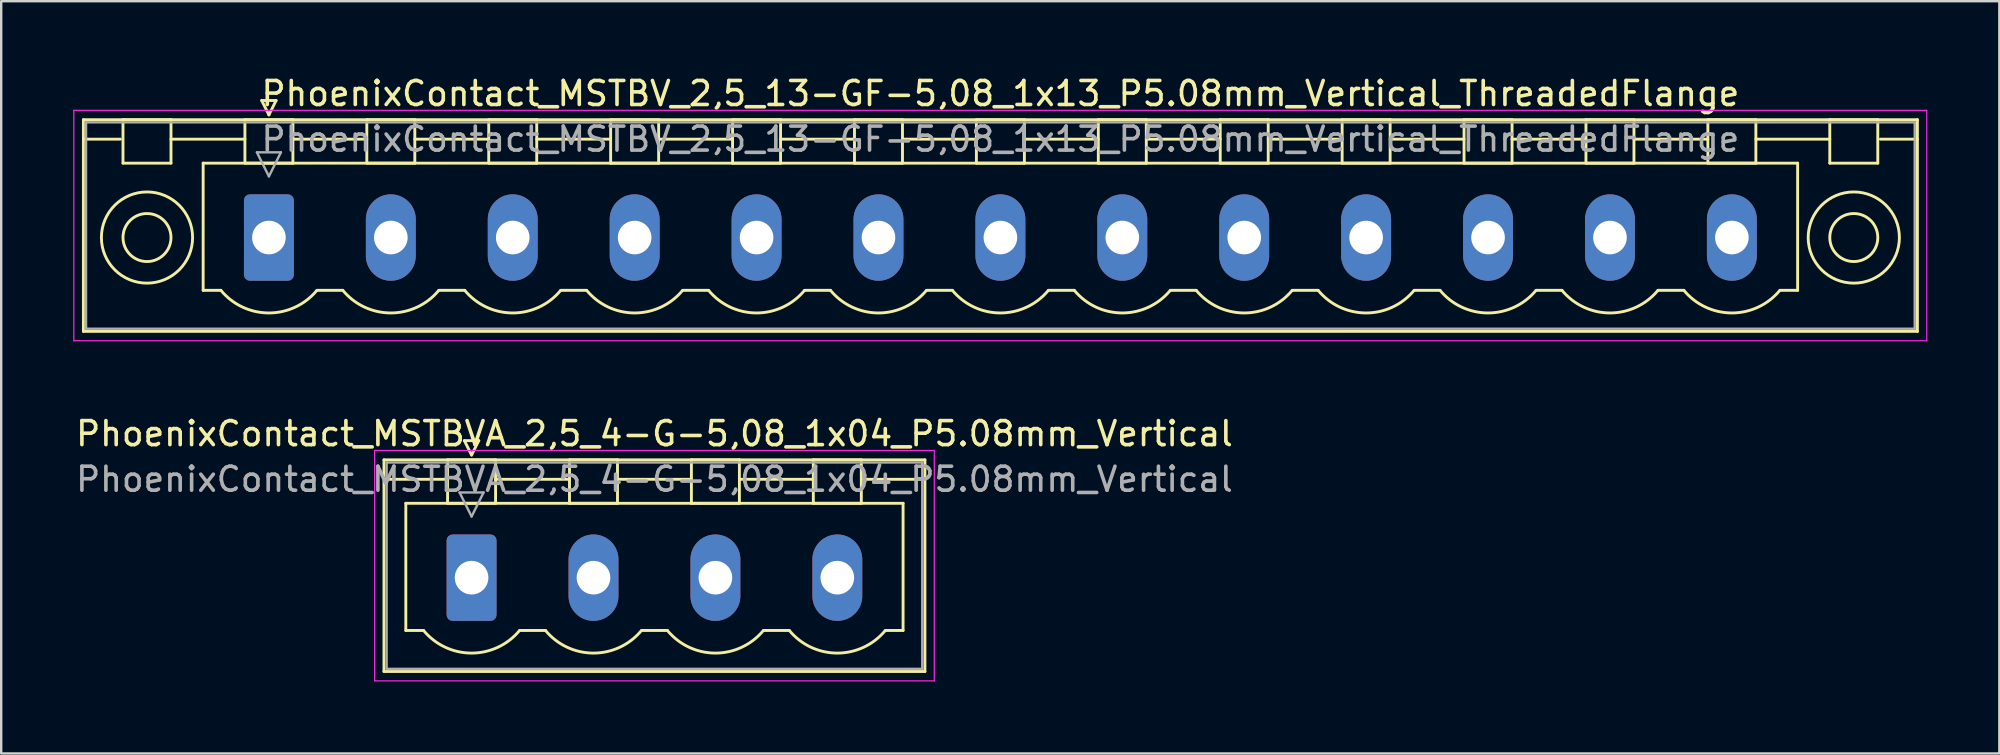
<source format=kicad_pcb>
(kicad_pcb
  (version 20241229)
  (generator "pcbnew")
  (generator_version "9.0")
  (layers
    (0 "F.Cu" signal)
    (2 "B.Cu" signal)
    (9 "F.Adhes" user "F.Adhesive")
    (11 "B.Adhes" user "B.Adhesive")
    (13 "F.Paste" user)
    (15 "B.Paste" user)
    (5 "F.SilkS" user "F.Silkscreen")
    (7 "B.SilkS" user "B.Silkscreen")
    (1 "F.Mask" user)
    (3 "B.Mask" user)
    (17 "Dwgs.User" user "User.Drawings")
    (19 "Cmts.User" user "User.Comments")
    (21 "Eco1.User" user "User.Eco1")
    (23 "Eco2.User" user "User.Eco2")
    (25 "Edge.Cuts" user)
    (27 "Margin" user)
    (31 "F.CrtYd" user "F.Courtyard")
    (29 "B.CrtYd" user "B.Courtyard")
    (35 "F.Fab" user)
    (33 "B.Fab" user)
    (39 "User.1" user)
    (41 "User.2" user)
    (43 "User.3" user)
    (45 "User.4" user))
  (footprint "PhoenixContact_MSTBV_2,5_13-GF-5,08_1x13_P5.08mm_Vertical_ThreadedFlange"
    (layer "F.Cu")
    (at 8.155 6.848)
    (property "Reference" "PhoenixContact_MSTBV_2,5_13-GF-5,08_1x13_P5.08mm_Vertical_ThreadedFlange" (at 30.48 -6 0) (layer "F.SilkS") (effects (font (size 1 1) (thickness 0.15))))
    (attr through_hole)
    (fp_line (start -7.73 -4.91) (end -7.73 3.91) (stroke (width 0.12) (type solid)) (layer "F.SilkS"))
    (fp_line (start -7.73 -4.1) (end -6.19 -4.1) (stroke (width 0.12) (type solid)) (layer "F.SilkS"))
    (fp_line (start -7.73 3.91) (end 68.69 3.91) (stroke (width 0.12) (type solid)) (layer "F.SilkS"))
    (fp_line (start -6.08 -4.91) (end -4.08 -4.91) (stroke (width 0.12) (type solid)) (layer "F.SilkS"))
    (fp_line (start -6.08 -3.1) (end -6.08 -4.91) (stroke (width 0.12) (type solid)) (layer "F.SilkS"))
    (fp_line (start -4.08 -4.91) (end -4.08 -3.1) (stroke (width 0.12) (type solid)) (layer "F.SilkS"))
    (fp_line (start -4.08 -4.1) (end -1 -4.1) (stroke (width 0.12) (type solid)) (layer "F.SilkS"))
    (fp_line (start -4.08 -3.1) (end -6.08 -3.1) (stroke (width 0.12) (type solid)) (layer "F.SilkS"))
    (fp_line (start -2.74 -3.1) (end 63.7 -3.1) (stroke (width 0.12) (type solid)) (layer "F.SilkS"))
    (fp_line (start -2.74 2.2) (end -2.74 -3.1) (stroke (width 0.12) (type solid)) (layer "F.SilkS"))
    (fp_line (start -2 2.2) (end -2.74 2.2) (stroke (width 0.12) (type solid)) (layer "F.SilkS"))
    (fp_line (start -1 -4.91) (end 1 -4.91) (stroke (width 0.12) (type solid)) (layer "F.SilkS"))
    (fp_line (start -1 -3.1) (end -1 -4.91) (stroke (width 0.12) (type solid)) (layer "F.SilkS"))
    (fp_line (start -0.3 -5.71) (end 0.3 -5.71) (stroke (width 0.12) (type solid)) (layer "F.SilkS"))
    (fp_line (start 0 -5.11) (end -0.3 -5.71) (stroke (width 0.12) (type solid)) (layer "F.SilkS"))
    (fp_line (start 0.3 -5.71) (end 0 -5.11) (stroke (width 0.12) (type solid)) (layer "F.SilkS"))
    (fp_line (start 1 -4.91) (end 1 -3.1) (stroke (width 0.12) (type solid)) (layer "F.SilkS"))
    (fp_line (start 1 -4.1) (end 4.08 -4.1) (stroke (width 0.12) (type solid)) (layer "F.SilkS"))
    (fp_line (start 1 -3.1) (end -1 -3.1) (stroke (width 0.12) (type solid)) (layer "F.SilkS"))
    (fp_line (start 2 2.2) (end 3.08 2.2) (stroke (width 0.12) (type solid)) (layer "F.SilkS"))
    (fp_line (start 4.08 -4.91) (end 6.08 -4.91) (stroke (width 0.12) (type solid)) (layer "F.SilkS"))
    (fp_line (start 4.08 -3.1) (end 4.08 -4.91) (stroke (width 0.12) (type solid)) (layer "F.SilkS"))
    (fp_line (start 6.08 -4.91) (end 6.08 -3.1) (stroke (width 0.12) (type solid)) (layer "F.SilkS"))
    (fp_line (start 6.08 -4.1) (end 9.16 -4.1) (stroke (width 0.12) (type solid)) (layer "F.SilkS"))
    (fp_line (start 6.08 -3.1) (end 4.08 -3.1) (stroke (width 0.12) (type solid)) (layer "F.SilkS"))
    (fp_line (start 7.08 2.2) (end 8.16 2.2) (stroke (width 0.12) (type solid)) (layer "F.SilkS"))
    (fp_line (start 9.16 -4.91) (end 11.16 -4.91) (stroke (width 0.12) (type solid)) (layer "F.SilkS"))
    (fp_line (start 9.16 -3.1) (end 9.16 -4.91) (stroke (width 0.12) (type solid)) (layer "F.SilkS"))
    (fp_line (start 11.16 -4.91) (end 11.16 -3.1) (stroke (width 0.12) (type solid)) (layer "F.SilkS"))
    (fp_line (start 11.16 -4.1) (end 14.24 -4.1) (stroke (width 0.12) (type solid)) (layer "F.SilkS"))
    (fp_line (start 11.16 -3.1) (end 9.16 -3.1) (stroke (width 0.12) (type solid)) (layer "F.SilkS"))
    (fp_line (start 12.16 2.2) (end 13.24 2.2) (stroke (width 0.12) (type solid)) (layer "F.SilkS"))
    (fp_line (start 14.24 -4.91) (end 16.24 -4.91) (stroke (width 0.12) (type solid)) (layer "F.SilkS"))
    (fp_line (start 14.24 -3.1) (end 14.24 -4.91) (stroke (width 0.12) (type solid)) (layer "F.SilkS"))
    (fp_line (start 16.24 -4.91) (end 16.24 -3.1) (stroke (width 0.12) (type solid)) (layer "F.SilkS"))
    (fp_line (start 16.24 -4.1) (end 19.32 -4.1) (stroke (width 0.12) (type solid)) (layer "F.SilkS"))
    (fp_line (start 16.24 -3.1) (end 14.24 -3.1) (stroke (width 0.12) (type solid)) (layer "F.SilkS"))
    (fp_line (start 17.24 2.2) (end 18.32 2.2) (stroke (width 0.12) (type solid)) (layer "F.SilkS"))
    (fp_line (start 19.32 -4.91) (end 21.32 -4.91) (stroke (width 0.12) (type solid)) (layer "F.SilkS"))
    (fp_line (start 19.32 -3.1) (end 19.32 -4.91) (stroke (width 0.12) (type solid)) (layer "F.SilkS"))
    (fp_line (start 21.32 -4.91) (end 21.32 -3.1) (stroke (width 0.12) (type solid)) (layer "F.SilkS"))
    (fp_line (start 21.32 -4.1) (end 24.4 -4.1) (stroke (width 0.12) (type solid)) (layer "F.SilkS"))
    (fp_line (start 21.32 -3.1) (end 19.32 -3.1) (stroke (width 0.12) (type solid)) (layer "F.SilkS"))
    (fp_line (start 22.32 2.2) (end 23.4 2.2) (stroke (width 0.12) (type solid)) (layer "F.SilkS"))
    (fp_line (start 24.4 -4.91) (end 26.4 -4.91) (stroke (width 0.12) (type solid)) (layer "F.SilkS"))
    (fp_line (start 24.4 -3.1) (end 24.4 -4.91) (stroke (width 0.12) (type solid)) (layer "F.SilkS"))
    (fp_line (start 26.4 -4.91) (end 26.4 -3.1) (stroke (width 0.12) (type solid)) (layer "F.SilkS"))
    (fp_line (start 26.4 -4.1) (end 29.48 -4.1) (stroke (width 0.12) (type solid)) (layer "F.SilkS"))
    (fp_line (start 26.4 -3.1) (end 24.4 -3.1) (stroke (width 0.12) (type solid)) (layer "F.SilkS"))
    (fp_line (start 27.4 2.2) (end 28.48 2.2) (stroke (width 0.12) (type solid)) (layer "F.SilkS"))
    (fp_line (start 29.48 -4.91) (end 31.48 -4.91) (stroke (width 0.12) (type solid)) (layer "F.SilkS"))
    (fp_line (start 29.48 -3.1) (end 29.48 -4.91) (stroke (width 0.12) (type solid)) (layer "F.SilkS"))
    (fp_line (start 31.48 -4.91) (end 31.48 -3.1) (stroke (width 0.12) (type solid)) (layer "F.SilkS"))
    (fp_line (start 31.48 -4.1) (end 34.56 -4.1) (stroke (width 0.12) (type solid)) (layer "F.SilkS"))
    (fp_line (start 31.48 -3.1) (end 29.48 -3.1) (stroke (width 0.12) (type solid)) (layer "F.SilkS"))
    (fp_line (start 32.48 2.2) (end 33.56 2.2) (stroke (width 0.12) (type solid)) (layer "F.SilkS"))
    (fp_line (start 34.56 -4.91) (end 36.56 -4.91) (stroke (width 0.12) (type solid)) (layer "F.SilkS"))
    (fp_line (start 34.56 -3.1) (end 34.56 -4.91) (stroke (width 0.12) (type solid)) (layer "F.SilkS"))
    (fp_line (start 36.56 -4.91) (end 36.56 -3.1) (stroke (width 0.12) (type solid)) (layer "F.SilkS"))
    (fp_line (start 36.56 -4.1) (end 39.64 -4.1) (stroke (width 0.12) (type solid)) (layer "F.SilkS"))
    (fp_line (start 36.56 -3.1) (end 34.56 -3.1) (stroke (width 0.12) (type solid)) (layer "F.SilkS"))
    (fp_line (start 37.56 2.2) (end 38.64 2.2) (stroke (width 0.12) (type solid)) (layer "F.SilkS"))
    (fp_line (start 39.64 -4.91) (end 41.64 -4.91) (stroke (width 0.12) (type solid)) (layer "F.SilkS"))
    (fp_line (start 39.64 -3.1) (end 39.64 -4.91) (stroke (width 0.12) (type solid)) (layer "F.SilkS"))
    (fp_line (start 41.64 -4.91) (end 41.64 -3.1) (stroke (width 0.12) (type solid)) (layer "F.SilkS"))
    (fp_line (start 41.64 -4.1) (end 44.72 -4.1) (stroke (width 0.12) (type solid)) (layer "F.SilkS"))
    (fp_line (start 41.64 -3.1) (end 39.64 -3.1) (stroke (width 0.12) (type solid)) (layer "F.SilkS"))
    (fp_line (start 42.64 2.2) (end 43.72 2.2) (stroke (width 0.12) (type solid)) (layer "F.SilkS"))
    (fp_line (start 44.72 -4.91) (end 46.72 -4.91) (stroke (width 0.12) (type solid)) (layer "F.SilkS"))
    (fp_line (start 44.72 -3.1) (end 44.72 -4.91) (stroke (width 0.12) (type solid)) (layer "F.SilkS"))
    (fp_line (start 46.72 -4.91) (end 46.72 -3.1) (stroke (width 0.12) (type solid)) (layer "F.SilkS"))
    (fp_line (start 46.72 -4.1) (end 49.8 -4.1) (stroke (width 0.12) (type solid)) (layer "F.SilkS"))
    (fp_line (start 46.72 -3.1) (end 44.72 -3.1) (stroke (width 0.12) (type solid)) (layer "F.SilkS"))
    (fp_line (start 47.72 2.2) (end 48.8 2.2) (stroke (width 0.12) (type solid)) (layer "F.SilkS"))
    (fp_line (start 49.8 -4.91) (end 51.8 -4.91) (stroke (width 0.12) (type solid)) (layer "F.SilkS"))
    (fp_line (start 49.8 -3.1) (end 49.8 -4.91) (stroke (width 0.12) (type solid)) (layer "F.SilkS"))
    (fp_line (start 51.8 -4.91) (end 51.8 -3.1) (stroke (width 0.12) (type solid)) (layer "F.SilkS"))
    (fp_line (start 51.8 -4.1) (end 54.88 -4.1) (stroke (width 0.12) (type solid)) (layer "F.SilkS"))
    (fp_line (start 51.8 -3.1) (end 49.8 -3.1) (stroke (width 0.12) (type solid)) (layer "F.SilkS"))
    (fp_line (start 52.8 2.2) (end 53.88 2.2) (stroke (width 0.12) (type solid)) (layer "F.SilkS"))
    (fp_line (start 54.88 -4.91) (end 56.88 -4.91) (stroke (width 0.12) (type solid)) (layer "F.SilkS"))
    (fp_line (start 54.88 -3.1) (end 54.88 -4.91) (stroke (width 0.12) (type solid)) (layer "F.SilkS"))
    (fp_line (start 56.88 -4.91) (end 56.88 -3.1) (stroke (width 0.12) (type solid)) (layer "F.SilkS"))
    (fp_line (start 56.88 -4.1) (end 59.96 -4.1) (stroke (width 0.12) (type solid)) (layer "F.SilkS"))
    (fp_line (start 56.88 -3.1) (end 54.88 -3.1) (stroke (width 0.12) (type solid)) (layer "F.SilkS"))
    (fp_line (start 57.88 2.2) (end 58.96 2.2) (stroke (width 0.12) (type solid)) (layer "F.SilkS"))
    (fp_line (start 59.96 -4.91) (end 61.96 -4.91) (stroke (width 0.12) (type solid)) (layer "F.SilkS"))
    (fp_line (start 59.96 -3.1) (end 59.96 -4.91) (stroke (width 0.12) (type solid)) (layer "F.SilkS"))
    (fp_line (start 61.96 -4.91) (end 61.96 -3.1) (stroke (width 0.12) (type solid)) (layer "F.SilkS"))
    (fp_line (start 61.96 -4.1) (end 65.04 -4.1) (stroke (width 0.12) (type solid)) (layer "F.SilkS"))
    (fp_line (start 61.96 -3.1) (end 59.96 -3.1) (stroke (width 0.12) (type solid)) (layer "F.SilkS"))
    (fp_line (start 63.7 -3.1) (end 63.7 2.2) (stroke (width 0.12) (type solid)) (layer "F.SilkS"))
    (fp_line (start 63.7 2.2) (end 62.96 2.2) (stroke (width 0.12) (type solid)) (layer "F.SilkS"))
    (fp_line (start 65.04 -4.91) (end 67.04 -4.91) (stroke (width 0.12) (type solid)) (layer "F.SilkS"))
    (fp_line (start 65.04 -3.1) (end 65.04 -4.91) (stroke (width 0.12) (type solid)) (layer "F.SilkS"))
    (fp_line (start 67.04 -4.91) (end 67.04 -3.1) (stroke (width 0.12) (type solid)) (layer "F.SilkS"))
    (fp_line (start 67.04 -3.1) (end 65.04 -3.1) (stroke (width 0.12) (type solid)) (layer "F.SilkS"))
    (fp_line (start 68.69 -4.91) (end -7.73 -4.91) (stroke (width 0.12) (type solid)) (layer "F.SilkS"))
    (fp_line (start 68.69 -4.1) (end 67.15 -4.1) (stroke (width 0.12) (type solid)) (layer "F.SilkS"))
    (fp_line (start 68.69 3.91) (end 68.69 -4.91) (stroke (width 0.12) (type solid)) (layer "F.SilkS"))
    (fp_arc (start 1.986842 2.215821) (mid -0.010289 3.142758) (end -2 2.2) (stroke (width 0.12) (type solid)) (layer "F.SilkS"))
    (fp_arc (start 7.066842 2.215821) (mid 5.069711 3.142758) (end 3.08 2.2) (stroke (width 0.12) (type solid)) (layer "F.SilkS"))
    (fp_arc (start 12.146842 2.215821) (mid 10.149711 3.142758) (end 8.16 2.2) (stroke (width 0.12) (type solid)) (layer "F.SilkS"))
    (fp_arc (start 17.226842 2.215821) (mid 15.229711 3.142758) (end 13.24 2.2) (stroke (width 0.12) (type solid)) (layer "F.SilkS"))
    (fp_arc (start 22.306842 2.215821) (mid 20.309711 3.142758) (end 18.32 2.2) (stroke (width 0.12) (type solid)) (layer "F.SilkS"))
    (fp_arc (start 27.386842 2.215821) (mid 25.389711 3.142758) (end 23.4 2.2) (stroke (width 0.12) (type solid)) (layer "F.SilkS"))
    (fp_arc (start 32.466842 2.215821) (mid 30.469711 3.142758) (end 28.48 2.2) (stroke (width 0.12) (type solid)) (layer "F.SilkS"))
    (fp_arc (start 37.546842 2.215821) (mid 35.549711 3.142758) (end 33.56 2.2) (stroke (width 0.12) (type solid)) (layer "F.SilkS"))
    (fp_arc (start 42.626842 2.215821) (mid 40.629711 3.142758) (end 38.64 2.2) (stroke (width 0.12) (type solid)) (layer "F.SilkS"))
    (fp_arc (start 47.706842 2.215821) (mid 45.709711 3.142758) (end 43.72 2.2) (stroke (width 0.12) (type solid)) (layer "F.SilkS"))
    (fp_arc (start 52.786842 2.215821) (mid 50.789711 3.142758) (end 48.8 2.2) (stroke (width 0.12) (type solid)) (layer "F.SilkS"))
    (fp_arc (start 57.866842 2.215821) (mid 55.869711 3.142758) (end 53.88 2.2) (stroke (width 0.12) (type solid)) (layer "F.SilkS"))
    (fp_arc (start 62.946842 2.215821) (mid 60.949711 3.142758) (end 58.96 2.2) (stroke (width 0.12) (type solid)) (layer "F.SilkS"))
    (fp_circle (center -5.08 0) (end -4.08 0) (stroke (width 0.12) (type solid)) (fill no) (layer "F.SilkS"))
    (fp_circle (center -5.08 0) (end -3.18 0) (stroke (width 0.12) (type solid)) (fill no) (layer "F.SilkS"))
    (fp_circle (center 66.04 0) (end 67.04 0) (stroke (width 0.12) (type solid)) (fill no) (layer "F.SilkS"))
    (fp_circle (center 66.04 0) (end 67.94 0) (stroke (width 0.12) (type solid)) (fill no) (layer "F.SilkS"))
    (fp_line (start -8.13 -5.3) (end -8.13 4.3) (stroke (width 0.05) (type solid)) (layer "F.CrtYd"))
    (fp_line (start -8.13 4.3) (end 69.08 4.3) (stroke (width 0.05) (type solid)) (layer "F.CrtYd"))
    (fp_line (start 69.08 -5.3) (end -8.13 -5.3) (stroke (width 0.05) (type solid)) (layer "F.CrtYd"))
    (fp_line (start 69.08 4.3) (end 69.08 -5.3) (stroke (width 0.05) (type solid)) (layer "F.CrtYd"))
    (fp_line (start -7.62 -4.8) (end -7.62 3.8) (stroke (width 0.1) (type solid)) (layer "F.Fab"))
    (fp_line (start -7.62 3.8) (end 68.58 3.8) (stroke (width 0.1) (type solid)) (layer "F.Fab"))
    (fp_line (start -0.5 -3.55) (end 0.5 -3.55) (stroke (width 0.1) (type solid)) (layer "F.Fab"))
    (fp_line (start 0 -2.55) (end -0.5 -3.55) (stroke (width 0.1) (type solid)) (layer "F.Fab"))
    (fp_line (start 0.5 -3.55) (end 0 -2.55) (stroke (width 0.1) (type solid)) (layer "F.Fab"))
    (fp_line (start 68.58 -4.8) (end -7.62 -4.8) (stroke (width 0.1) (type solid)) (layer "F.Fab"))
    (fp_line (start 68.58 3.8) (end 68.58 -4.8) (stroke (width 0.1) (type solid)) (layer "F.Fab"))
    (fp_text user "${REFERENCE}" (at 30.48 -4.1 0) (layer "F.Fab") (effects (font (size 1 1) (thickness 0.15))))
    (pad "1" thru_hole roundrect (at 0 0) (size 2.08 3.6) (drill 1.4) (layers "*.Cu" "*.Mask") (roundrect_rratio 0.12))
    (pad "2" thru_hole oval (at 5.08 0) (size 2.08 3.6) (drill 1.4) (layers "*.Cu" "*.Mask"))
    (pad "3" thru_hole oval (at 10.16 0) (size 2.08 3.6) (drill 1.4) (layers "*.Cu" "*.Mask"))
    (pad "4" thru_hole oval (at 15.24 0) (size 2.08 3.6) (drill 1.4) (layers "*.Cu" "*.Mask"))
    (pad "5" thru_hole oval (at 20.32 0) (size 2.08 3.6) (drill 1.4) (layers "*.Cu" "*.Mask"))
    (pad "6" thru_hole oval (at 25.4 0) (size 2.08 3.6) (drill 1.4) (layers "*.Cu" "*.Mask"))
    (pad "7" thru_hole oval (at 30.48 0) (size 2.08 3.6) (drill 1.4) (layers "*.Cu" "*.Mask"))
    (pad "8" thru_hole oval (at 35.56 0) (size 2.08 3.6) (drill 1.4) (layers "*.Cu" "*.Mask"))
    (pad "9" thru_hole oval (at 40.64 0) (size 2.08 3.6) (drill 1.4) (layers "*.Cu" "*.Mask"))
    (pad "10" thru_hole oval (at 45.72 0) (size 2.08 3.6) (drill 1.4) (layers "*.Cu" "*.Mask"))
    (pad "11" thru_hole oval (at 50.8 0) (size 2.08 3.6) (drill 1.4) (layers "*.Cu" "*.Mask"))
    (pad "12" thru_hole oval (at 55.88 0) (size 2.08 3.6) (drill 1.4) (layers "*.Cu" "*.Mask"))
    (pad "13" thru_hole oval (at 60.96 0) (size 2.08 3.6) (drill 1.4) (layers "*.Cu" "*.Mask")))
  (footprint "PhoenixContact_MSTBVA_2,5_4-G-5,08_1x04_P5.08mm_Vertical"
    (layer "F.Cu")
    (at 16.6 21.021)
    (property "Reference" "PhoenixContact_MSTBVA_2,5_4-G-5,08_1x04_P5.08mm_Vertical" (at 7.62 -6 0) (layer "F.SilkS") (effects (font (size 1 1) (thickness 0.15))))
    (attr through_hole)
    (fp_line (start -3.65 -4.91) (end -3.65 3.91) (stroke (width 0.12) (type solid)) (layer "F.SilkS"))
    (fp_line (start -3.65 -4.1) (end -1.11 -4.1) (stroke (width 0.12) (type solid)) (layer "F.SilkS"))
    (fp_line (start -3.65 3.91) (end 18.89 3.91) (stroke (width 0.12) (type solid)) (layer "F.SilkS"))
    (fp_line (start -2.74 -3.1) (end 17.98 -3.1) (stroke (width 0.12) (type solid)) (layer "F.SilkS"))
    (fp_line (start -2.74 2.2) (end -2.74 -3.1) (stroke (width 0.12) (type solid)) (layer "F.SilkS"))
    (fp_line (start -2 2.2) (end -2.74 2.2) (stroke (width 0.12) (type solid)) (layer "F.SilkS"))
    (fp_line (start -1 -4.91) (end 1 -4.91) (stroke (width 0.12) (type solid)) (layer "F.SilkS"))
    (fp_line (start -1 -3.1) (end -1 -4.91) (stroke (width 0.12) (type solid)) (layer "F.SilkS"))
    (fp_line (start -0.3 -5.71) (end 0.3 -5.71) (stroke (width 0.12) (type solid)) (layer "F.SilkS"))
    (fp_line (start 0 -5.11) (end -0.3 -5.71) (stroke (width 0.12) (type solid)) (layer "F.SilkS"))
    (fp_line (start 0.3 -5.71) (end 0 -5.11) (stroke (width 0.12) (type solid)) (layer "F.SilkS"))
    (fp_line (start 1 -4.91) (end 1 -3.1) (stroke (width 0.12) (type solid)) (layer "F.SilkS"))
    (fp_line (start 1 -4.1) (end 4.08 -4.1) (stroke (width 0.12) (type solid)) (layer "F.SilkS"))
    (fp_line (start 1 -3.1) (end -1 -3.1) (stroke (width 0.12) (type solid)) (layer "F.SilkS"))
    (fp_line (start 2 2.2) (end 3.08 2.2) (stroke (width 0.12) (type solid)) (layer "F.SilkS"))
    (fp_line (start 4.08 -4.91) (end 6.08 -4.91) (stroke (width 0.12) (type solid)) (layer "F.SilkS"))
    (fp_line (start 4.08 -3.1) (end 4.08 -4.91) (stroke (width 0.12) (type solid)) (layer "F.SilkS"))
    (fp_line (start 6.08 -4.91) (end 6.08 -3.1) (stroke (width 0.12) (type solid)) (layer "F.SilkS"))
    (fp_line (start 6.08 -4.1) (end 9.16 -4.1) (stroke (width 0.12) (type solid)) (layer "F.SilkS"))
    (fp_line (start 6.08 -3.1) (end 4.08 -3.1) (stroke (width 0.12) (type solid)) (layer "F.SilkS"))
    (fp_line (start 7.08 2.2) (end 8.16 2.2) (stroke (width 0.12) (type solid)) (layer "F.SilkS"))
    (fp_line (start 9.16 -4.91) (end 11.16 -4.91) (stroke (width 0.12) (type solid)) (layer "F.SilkS"))
    (fp_line (start 9.16 -3.1) (end 9.16 -4.91) (stroke (width 0.12) (type solid)) (layer "F.SilkS"))
    (fp_line (start 11.16 -4.91) (end 11.16 -3.1) (stroke (width 0.12) (type solid)) (layer "F.SilkS"))
    (fp_line (start 11.16 -4.1) (end 14.24 -4.1) (stroke (width 0.12) (type solid)) (layer "F.SilkS"))
    (fp_line (start 11.16 -3.1) (end 9.16 -3.1) (stroke (width 0.12) (type solid)) (layer "F.SilkS"))
    (fp_line (start 12.16 2.2) (end 13.24 2.2) (stroke (width 0.12) (type solid)) (layer "F.SilkS"))
    (fp_line (start 14.24 -4.91) (end 16.24 -4.91) (stroke (width 0.12) (type solid)) (layer "F.SilkS"))
    (fp_line (start 14.24 -3.1) (end 14.24 -4.91) (stroke (width 0.12) (type solid)) (layer "F.SilkS"))
    (fp_line (start 16.24 -4.91) (end 16.24 -3.1) (stroke (width 0.12) (type solid)) (layer "F.SilkS"))
    (fp_line (start 16.24 -3.1) (end 14.24 -3.1) (stroke (width 0.12) (type solid)) (layer "F.SilkS"))
    (fp_line (start 17.98 -3.1) (end 17.98 2.2) (stroke (width 0.12) (type solid)) (layer "F.SilkS"))
    (fp_line (start 17.98 2.2) (end 17.24 2.2) (stroke (width 0.12) (type solid)) (layer "F.SilkS"))
    (fp_line (start 18.89 -4.91) (end -3.65 -4.91) (stroke (width 0.12) (type solid)) (layer "F.SilkS"))
    (fp_line (start 18.89 -4.1) (end 16.35 -4.1) (stroke (width 0.12) (type solid)) (layer "F.SilkS"))
    (fp_line (start 18.89 3.91) (end 18.89 -4.91) (stroke (width 0.12) (type solid)) (layer "F.SilkS"))
    (fp_arc (start 1.986842 2.215821) (mid -0.010289 3.142758) (end -2 2.2) (stroke (width 0.12) (type solid)) (layer "F.SilkS"))
    (fp_arc (start 7.066842 2.215821) (mid 5.069711 3.142758) (end 3.08 2.2) (stroke (width 0.12) (type solid)) (layer "F.SilkS"))
    (fp_arc (start 12.146842 2.215821) (mid 10.149711 3.142758) (end 8.16 2.2) (stroke (width 0.12) (type solid)) (layer "F.SilkS"))
    (fp_arc (start 17.226842 2.215821) (mid 15.229711 3.142758) (end 13.24 2.2) (stroke (width 0.12) (type solid)) (layer "F.SilkS"))
    (fp_line (start -4.04 -5.3) (end -4.04 4.3) (stroke (width 0.05) (type solid)) (layer "F.CrtYd"))
    (fp_line (start -4.04 4.3) (end 19.28 4.3) (stroke (width 0.05) (type solid)) (layer "F.CrtYd"))
    (fp_line (start 19.28 -5.3) (end -4.04 -5.3) (stroke (width 0.05) (type solid)) (layer "F.CrtYd"))
    (fp_line (start 19.28 4.3) (end 19.28 -5.3) (stroke (width 0.05) (type solid)) (layer "F.CrtYd"))
    (fp_line (start -3.54 -4.8) (end -3.54 3.8) (stroke (width 0.1) (type solid)) (layer "F.Fab"))
    (fp_line (start -3.54 3.8) (end 18.78 3.8) (stroke (width 0.1) (type solid)) (layer "F.Fab"))
    (fp_line (start -0.5 -3.55) (end 0.5 -3.55) (stroke (width 0.1) (type solid)) (layer "F.Fab"))
    (fp_line (start 0 -2.55) (end -0.5 -3.55) (stroke (width 0.1) (type solid)) (layer "F.Fab"))
    (fp_line (start 0.5 -3.55) (end 0 -2.55) (stroke (width 0.1) (type solid)) (layer "F.Fab"))
    (fp_line (start 18.78 -4.8) (end -3.54 -4.8) (stroke (width 0.1) (type solid)) (layer "F.Fab"))
    (fp_line (start 18.78 3.8) (end 18.78 -4.8) (stroke (width 0.1) (type solid)) (layer "F.Fab"))
    (fp_text user "${REFERENCE}" (at 7.62 -4.1 0) (layer "F.Fab") (effects (font (size 1 1) (thickness 0.15))))
    (pad "1" thru_hole roundrect (at 0 0) (size 2.08 3.6) (drill 1.4) (layers "*.Cu" "*.Mask") (roundrect_rratio 0.12))
    (pad "2" thru_hole oval (at 5.08 0) (size 2.08 3.6) (drill 1.4) (layers "*.Cu" "*.Mask"))
    (pad "3" thru_hole oval (at 10.16 0) (size 2.08 3.6) (drill 1.4) (layers "*.Cu" "*.Mask"))
    (pad "4" thru_hole oval (at 15.24 0) (size 2.08 3.6) (drill 1.4) (layers "*.Cu" "*.Mask")))
  (gr_rect
    (start -3 -3)
    (end 80.26 28.346)
    (stroke (width 0.1) (type default))
    (fill no)
    (layer "Edge.Cuts")))
</source>
